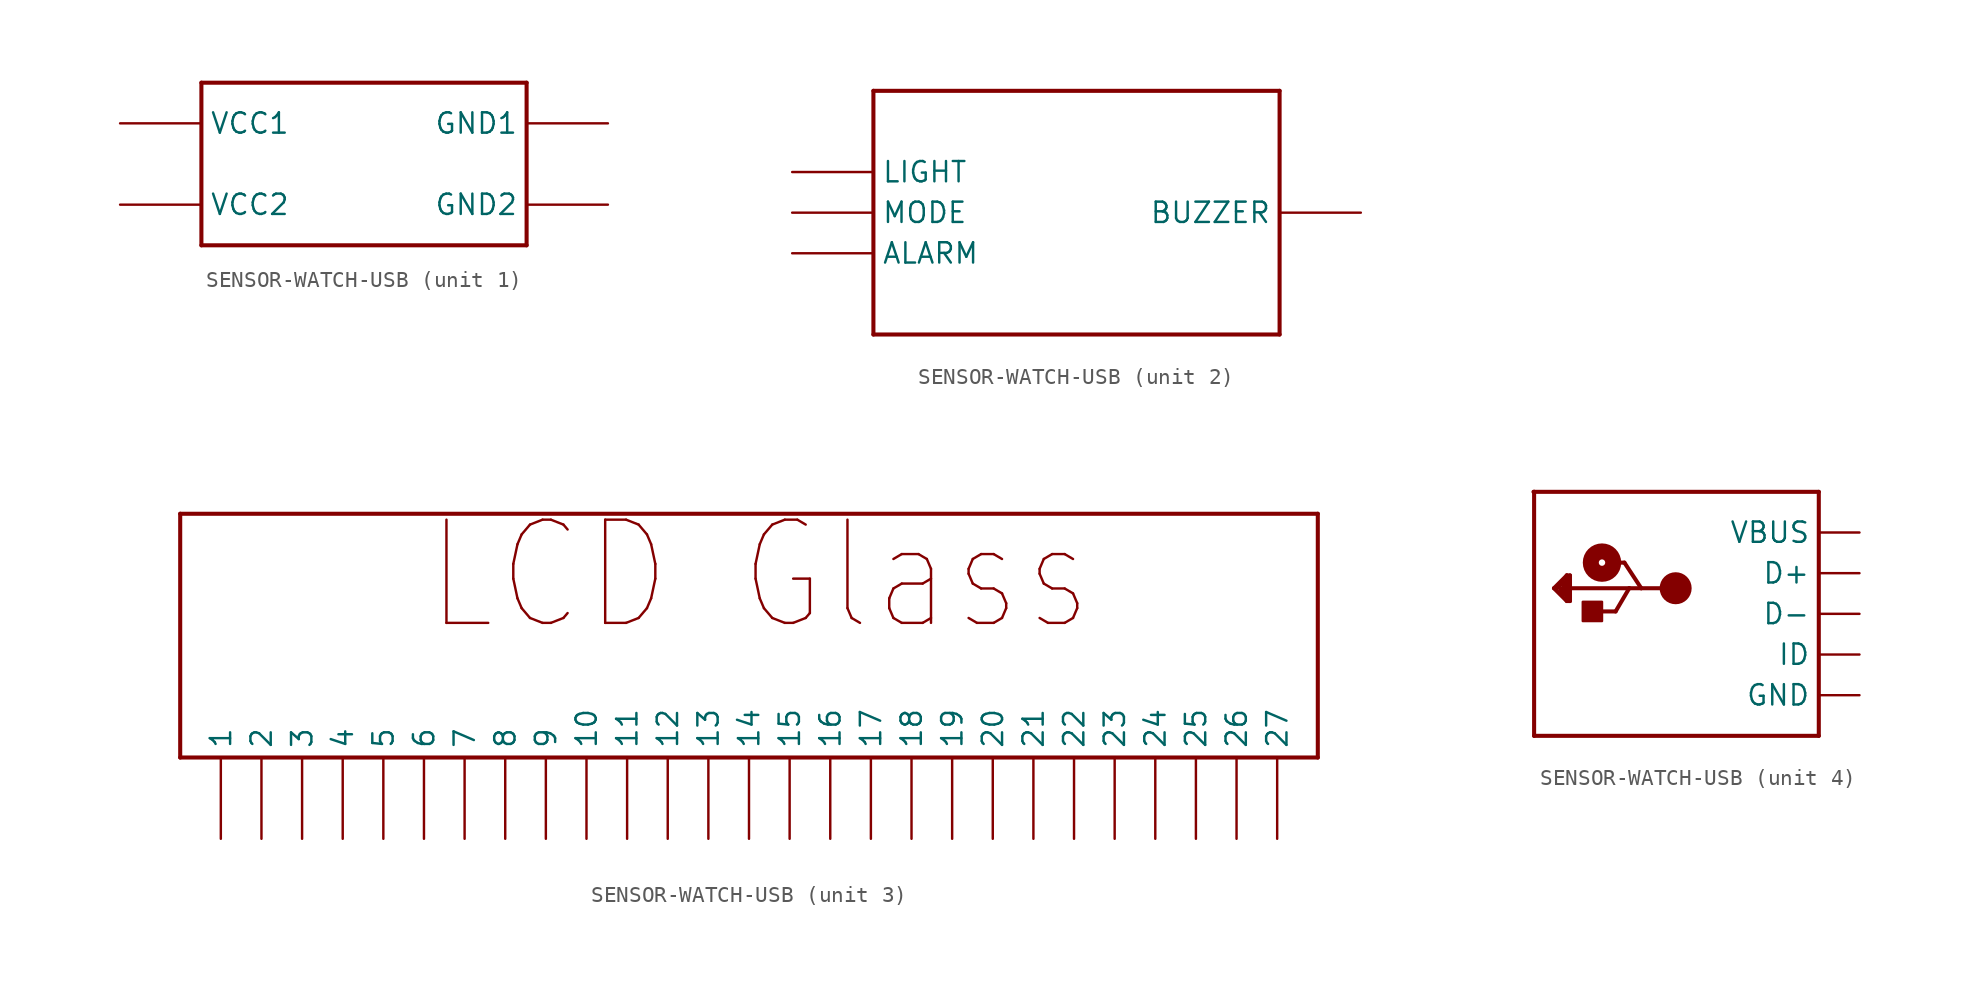
<source format=kicad_sym>
(kicad_symbol_lib
  (version 20220914)
  (generator kicad_symbol_editor)
  (symbol "SENSOR-WATCH-USB"
    (property "Reference" ""
      (at -10.16 8.636 0)
      (effects (font (size 1.27 1.079)) (justify left bottom) hide))
    (property "ki_locked" ""
      (at 0 0 0)
      (effects (font (size 1.27 1.27))))
    (symbol "SENSOR-WATCH-USB_1_0"
      (polyline (pts (xy -10.16 -5.08) (xy -10.16 5.08)) (stroke (width 0.254) (type solid)) (fill (type none)))
      (polyline (pts (xy -10.16 5.08) (xy 10.16 5.08)) (stroke (width 0.254) (type solid)) (fill (type none)))
      (polyline (pts (xy 10.16 -5.08) (xy -10.16 -5.08)) (stroke (width 0.254) (type solid)) (fill (type none)))
      (polyline (pts (xy 10.16 5.08) (xy 10.16 -5.08)) (stroke (width 0.254) (type solid)) (fill (type none)))
      (pin bidirectional line (at 15.24 2.54 180) (length 5.08) (name "GND1" (effects (font (size 1.27 1.27)))) (number "GND1" (effects (font (size 0 0)))))
      (pin bidirectional line (at 15.24 -2.54 180) (length 5.08) (name "GND2" (effects (font (size 1.27 1.27)))) (number "GND2" (effects (font (size 0 0)))))
      (pin bidirectional line (at -15.24 2.54 0) (length 5.08) (name "VCC1" (effects (font (size 1.27 1.27)))) (number "VCC1" (effects (font (size 0 0)))))
      (pin bidirectional line (at -15.24 -2.54 0) (length 5.08) (name "VCC2" (effects (font (size 1.27 1.27)))) (number "VCC2" (effects (font (size 0 0))))))
    (symbol "SENSOR-WATCH-USB_2_0"
      (polyline (pts (xy -12.7 -7.62) (xy -12.7 7.62)) (stroke (width 0.254) (type solid)) (fill (type none)))
      (polyline (pts (xy -12.7 7.62) (xy 12.7 7.62)) (stroke (width 0.254) (type solid)) (fill (type none)))
      (polyline (pts (xy 12.7 -7.62) (xy -12.7 -7.62)) (stroke (width 0.254) (type solid)) (fill (type none)))
      (polyline (pts (xy 12.7 7.62) (xy 12.7 -7.62)) (stroke (width 0.254) (type solid)) (fill (type none)))
      (pin bidirectional line (at -17.78 -2.54 0) (length 5.08) (name "ALARM" (effects (font (size 1.27 1.27)))) (number "ALARM" (effects (font (size 0 0)))))
      (pin bidirectional line (at 17.78 0 180) (length 5.08) (name "BUZZER" (effects (font (size 1.27 1.27)))) (number "BUZZER" (effects (font (size 0 0)))))
      (pin bidirectional line (at -17.78 2.54 0) (length 5.08) (name "LIGHT" (effects (font (size 1.27 1.27)))) (number "LIGHT" (effects (font (size 0 0)))))
      (pin bidirectional line (at -17.78 0 0) (length 5.08) (name "MODE" (effects (font (size 1.27 1.27)))) (number "MODE" (effects (font (size 0 0))))))
    (symbol "SENSOR-WATCH-USB_3_0"
      (polyline (pts (xy -33.02 -5.08) (xy -33.02 10.16)) (stroke (width 0.254) (type solid)) (fill (type none)))
      (polyline (pts (xy -33.02 10.16) (xy 38.1 10.16)) (stroke (width 0.254) (type solid)) (fill (type none)))
      (polyline (pts (xy 38.1 -5.08) (xy -33.02 -5.08)) (stroke (width 0.254) (type solid)) (fill (type none)))
      (polyline (pts (xy 38.1 10.16) (xy 38.1 -5.08)) (stroke (width 0.254) (type solid)) (fill (type none)))
      (text "LCD Glass" (at -17.78 2.54 0) (effects (font (size 6.452 5.484)) (justify left bottom)))
      (pin input line (at -30.48 -10.16 90) (length 5.08) (name "1" (effects (font (size 1.27 1.27)))) (number "1" (effects (font (size 0 0)))))
      (pin input line (at -7.62 -10.16 90) (length 5.08) (name "10" (effects (font (size 1.27 1.27)))) (number "10" (effects (font (size 0 0)))))
      (pin input line (at -5.08 -10.16 90) (length 5.08) (name "11" (effects (font (size 1.27 1.27)))) (number "11" (effects (font (size 0 0)))))
      (pin input line (at -2.54 -10.16 90) (length 5.08) (name "12" (effects (font (size 1.27 1.27)))) (number "12" (effects (font (size 0 0)))))
      (pin input line (at 0 -10.16 90) (length 5.08) (name "13" (effects (font (size 1.27 1.27)))) (number "13" (effects (font (size 0 0)))))
      (pin input line (at 2.54 -10.16 90) (length 5.08) (name "14" (effects (font (size 1.27 1.27)))) (number "14" (effects (font (size 0 0)))))
      (pin input line (at 5.08 -10.16 90) (length 5.08) (name "15" (effects (font (size 1.27 1.27)))) (number "15" (effects (font (size 0 0)))))
      (pin input line (at 7.62 -10.16 90) (length 5.08) (name "16" (effects (font (size 1.27 1.27)))) (number "16" (effects (font (size 0 0)))))
      (pin input line (at 10.16 -10.16 90) (length 5.08) (name "17" (effects (font (size 1.27 1.27)))) (number "17" (effects (font (size 0 0)))))
      (pin input line (at 12.7 -10.16 90) (length 5.08) (name "18" (effects (font (size 1.27 1.27)))) (number "18" (effects (font (size 0 0)))))
      (pin input line (at 15.24 -10.16 90) (length 5.08) (name "19" (effects (font (size 1.27 1.27)))) (number "19" (effects (font (size 0 0)))))
      (pin input line (at -27.94 -10.16 90) (length 5.08) (name "2" (effects (font (size 1.27 1.27)))) (number "2" (effects (font (size 0 0)))))
      (pin input line (at 17.78 -10.16 90) (length 5.08) (name "20" (effects (font (size 1.27 1.27)))) (number "20" (effects (font (size 0 0)))))
      (pin input line (at 20.32 -10.16 90) (length 5.08) (name "21" (effects (font (size 1.27 1.27)))) (number "21" (effects (font (size 0 0)))))
      (pin input line (at 22.86 -10.16 90) (length 5.08) (name "22" (effects (font (size 1.27 1.27)))) (number "22" (effects (font (size 0 0)))))
      (pin input line (at 25.4 -10.16 90) (length 5.08) (name "23" (effects (font (size 1.27 1.27)))) (number "23" (effects (font (size 0 0)))))
      (pin input line (at 27.94 -10.16 90) (length 5.08) (name "24" (effects (font (size 1.27 1.27)))) (number "24" (effects (font (size 0 0)))))
      (pin input line (at 30.48 -10.16 90) (length 5.08) (name "25" (effects (font (size 1.27 1.27)))) (number "25" (effects (font (size 0 0)))))
      (pin input line (at 33.02 -10.16 90) (length 5.08) (name "26" (effects (font (size 1.27 1.27)))) (number "26" (effects (font (size 0 0)))))
      (pin input line (at 35.56 -10.16 90) (length 5.08) (name "27" (effects (font (size 1.27 1.27)))) (number "27" (effects (font (size 0 0)))))
      (pin input line (at -25.4 -10.16 90) (length 5.08) (name "3" (effects (font (size 1.27 1.27)))) (number "3" (effects (font (size 0 0)))))
      (pin input line (at -22.86 -10.16 90) (length 5.08) (name "4" (effects (font (size 1.27 1.27)))) (number "4" (effects (font (size 0 0)))))
      (pin input line (at -20.32 -10.16 90) (length 5.08) (name "5" (effects (font (size 1.27 1.27)))) (number "5" (effects (font (size 0 0)))))
      (pin input line (at -17.78 -10.16 90) (length 5.08) (name "6" (effects (font (size 1.27 1.27)))) (number "6" (effects (font (size 0 0)))))
      (pin input line (at -15.24 -10.16 90) (length 5.08) (name "7" (effects (font (size 1.27 1.27)))) (number "7" (effects (font (size 0 0)))))
      (pin input line (at -12.7 -10.16 90) (length 5.08) (name "8" (effects (font (size 1.27 1.27)))) (number "8" (effects (font (size 0 0)))))
      (pin input line (at -10.16 -10.16 90) (length 5.08) (name "9" (effects (font (size 1.27 1.27)))) (number "9" (effects (font (size 0 0))))))
    (symbol "SENSOR-WATCH-USB_4_0"
      (rectangle (start -7.12 -0.45) (end -5.92 0.75) (stroke (width 0) (type default)) (fill (type outline)))
      (circle (center -5.92 3.2) (radius 0.2) (stroke (width 1) (type solid)) (fill (type none)))
      (circle (center -1.32 1.6) (radius 0.5) (stroke (width 1) (type solid)) (fill (type none)))
      (polyline (pts (xy -10.2 7.62) (xy -10.16 7.62)) (stroke (width 0.254) (type solid)) (fill (type none)))
      (polyline (pts (xy -10.16 -7.62) (xy 7.62 -7.62)) (stroke (width 0.254) (type solid)) (fill (type none)))
      (polyline (pts (xy -10.16 7.62) (xy -10.16 -7.62)) (stroke (width 0.254) (type solid)) (fill (type none)))
      (polyline (pts (xy -10.16 7.62) (xy 7.62 7.62)) (stroke (width 0.254) (type solid)) (fill (type none)))
      (polyline (pts (xy -8.92 1.6) (xy -8.12 2.4)) (stroke (width 0.254) (type solid)) (fill (type none)))
      (polyline (pts (xy -8.52 1.4) (xy -8.32 1.2)) (stroke (width 0.254) (type solid)) (fill (type none)))
      (polyline (pts (xy -8.52 1.6) (xy -8.52 1.4)) (stroke (width 0.254) (type solid)) (fill (type none)))
      (polyline (pts (xy -8.32 1.2) (xy -8.32 2)) (stroke (width 0.254) (type solid)) (fill (type none)))
      (polyline (pts (xy -8.32 2) (xy -8.72 1.6)) (stroke (width 0.254) (type solid)) (fill (type none)))
      (polyline (pts (xy -8.12 0.8) (xy -8.92 1.6)) (stroke (width 0.254) (type solid)) (fill (type none)))
      (polyline (pts (xy -8.12 1) (xy -8.12 2.4)) (stroke (width 0.254) (type solid)) (fill (type none)))
      (polyline (pts (xy -8.12 2.4) (xy -7.92 2.4)) (stroke (width 0.254) (type solid)) (fill (type none)))
      (polyline (pts (xy -7.92 0.8) (xy -8.12 0.8)) (stroke (width 0.254) (type solid)) (fill (type none)))
      (polyline (pts (xy -7.92 1.6) (xy -7.92 0.8)) (stroke (width 0.254) (type solid)) (fill (type none)))
      (polyline (pts (xy -7.92 2.4) (xy -7.92 1.6)) (stroke (width 0.254) (type solid)) (fill (type none)))
      (polyline (pts (xy -6.27 0.15) (xy -5.07 0.15)) (stroke (width 0.254) (type solid)) (fill (type none)))
      (polyline (pts (xy -5.52 3.2) (xy -4.52 3.2)) (stroke (width 0.254) (type solid)) (fill (type none)))
      (polyline (pts (xy -5.07 0.15) (xy -4.22 1.6)) (stroke (width 0.254) (type solid)) (fill (type none)))
      (polyline (pts (xy -4.52 3.2) (xy -3.47 1.6)) (stroke (width 0.254) (type solid)) (fill (type none)))
      (polyline (pts (xy -4.22 1.6) (xy -7.92 1.6)) (stroke (width 0.254) (type solid)) (fill (type none)))
      (polyline (pts (xy -3.47 1.6) (xy -4.22 1.6)) (stroke (width 0.254) (type solid)) (fill (type none)))
      (polyline (pts (xy -1.32 1.6) (xy -3.47 1.6)) (stroke (width 0.254) (type solid)) (fill (type none)))
      (polyline (pts (xy 7.62 7.62) (xy 7.62 -7.62)) (stroke (width 0.254) (type solid)) (fill (type none)))
      (pin power_in line (at 10.16 -5.08 180) (length 2.54) (name "GND" (effects (font (size 1.27 1.27)))) (number "GND" (effects (font (size 0 0)))))
      (pin bidirectional line (at 10.16 -2.54 180) (length 2.54) (name "ID" (effects (font (size 1.27 1.27)))) (number "USB_ID" (effects (font (size 0 0)))))
      (pin bidirectional line (at 10.16 0 180) (length 2.54) (name "D-" (effects (font (size 1.27 1.27)))) (number "USB_N" (effects (font (size 0 0)))))
      (pin bidirectional line (at 10.16 2.54 180) (length 2.54) (name "D+" (effects (font (size 1.27 1.27)))) (number "USB_P" (effects (font (size 0 0)))))
      (pin power_in line (at 10.16 5.08 180) (length 2.54) (name "VBUS" (effects (font (size 1.27 1.27)))) (number "VBUS" (effects (font (size 0 0))))))))
</source>
